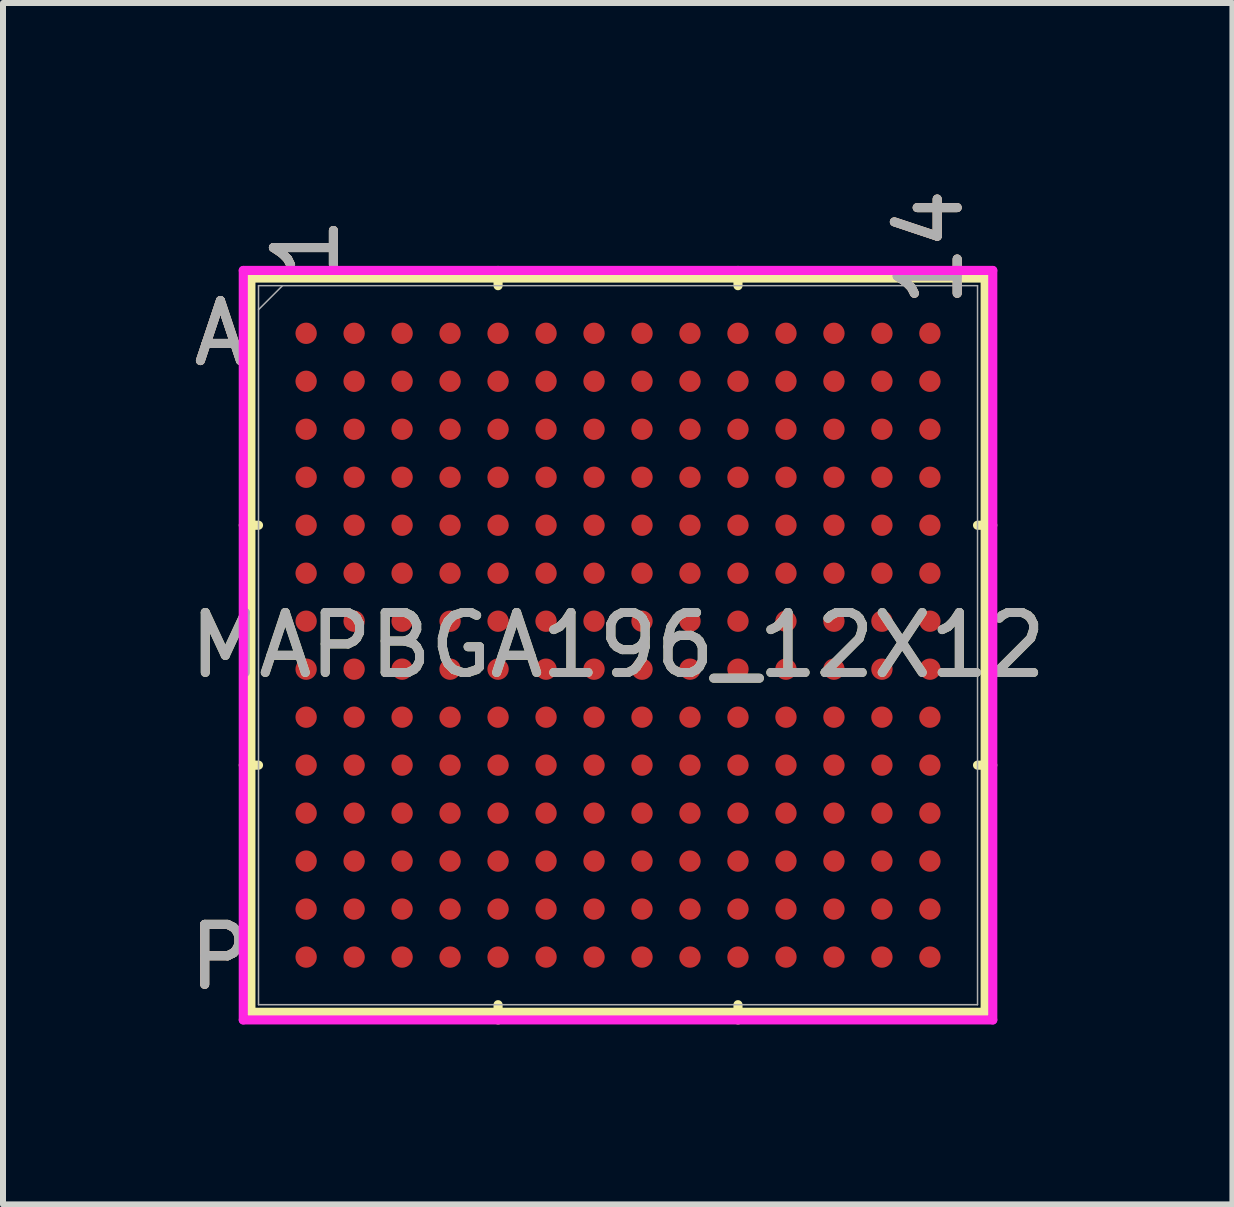
<source format=kicad_pcb>
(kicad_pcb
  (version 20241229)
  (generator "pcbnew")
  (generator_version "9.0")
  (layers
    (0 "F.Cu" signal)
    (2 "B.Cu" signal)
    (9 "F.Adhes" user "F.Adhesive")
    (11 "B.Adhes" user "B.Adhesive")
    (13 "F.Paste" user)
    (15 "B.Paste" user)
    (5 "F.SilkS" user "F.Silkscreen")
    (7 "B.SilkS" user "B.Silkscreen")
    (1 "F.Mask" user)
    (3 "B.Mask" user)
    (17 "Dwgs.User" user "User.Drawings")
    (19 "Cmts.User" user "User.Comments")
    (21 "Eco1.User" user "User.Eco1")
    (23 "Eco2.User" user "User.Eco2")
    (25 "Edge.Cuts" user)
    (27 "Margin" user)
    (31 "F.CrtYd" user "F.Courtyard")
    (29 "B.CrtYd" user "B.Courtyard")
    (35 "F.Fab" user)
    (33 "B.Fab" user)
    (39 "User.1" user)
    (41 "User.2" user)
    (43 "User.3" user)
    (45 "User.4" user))
  (footprint "MAPBGA196_12X12"
    (layer "F.Cu")
    (at 7.254 7.707)
    (property "Reference" "MAPBGA196_12X12" (at 0 0 0) (unlocked yes) (layer "F.SilkS") (effects (font (size 1 1) (thickness 0.15))))
    (attr smd)
    (fp_line (start -6.121 -6.121) (end -6.121 6.121) (stroke (width 0.152) (type solid)) (layer "F.SilkS"))
    (fp_line (start -6.121 6.121) (end 6.121 6.121) (stroke (width 0.152) (type solid)) (layer "F.SilkS"))
    (fp_line (start -5.994 -2) (end -6.248 -2) (stroke (width 0.152) (type solid)) (layer "F.SilkS"))
    (fp_line (start -5.994 2) (end -6.248 2) (stroke (width 0.152) (type solid)) (layer "F.SilkS"))
    (fp_line (start -2 -5.994) (end -2 -6.248) (stroke (width 0.152) (type solid)) (layer "F.SilkS"))
    (fp_line (start -2 5.994) (end -2 6.248) (stroke (width 0.152) (type solid)) (layer "F.SilkS"))
    (fp_line (start 2 -5.994) (end 2 -6.248) (stroke (width 0.152) (type solid)) (layer "F.SilkS"))
    (fp_line (start 2 5.994) (end 2 6.248) (stroke (width 0.152) (type solid)) (layer "F.SilkS"))
    (fp_line (start 5.994 -2) (end 6.248 -2) (stroke (width 0.152) (type solid)) (layer "F.SilkS"))
    (fp_line (start 5.994 2) (end 6.248 2) (stroke (width 0.152) (type solid)) (layer "F.SilkS"))
    (fp_line (start 6.121 -6.121) (end -6.121 -6.121) (stroke (width 0.152) (type solid)) (layer "F.SilkS"))
    (fp_line (start 6.121 6.121) (end 6.121 -6.121) (stroke (width 0.152) (type solid)) (layer "F.SilkS"))
    (fp_poly (pts (xy -6.045 -6.045) (xy 6.045 -6.045) (xy 6.045 6.045) (xy -6.045 6.045)) (stroke (width 0.1) (type solid)) (fill no) (layer "Eco2.User"))
    (fp_line (start -6.248 -6.248) (end 6.248 -6.248) (stroke (width 0.152) (type solid)) (layer "F.CrtYd"))
    (fp_line (start -6.248 6.248) (end -6.248 -6.248) (stroke (width 0.152) (type solid)) (layer "F.CrtYd"))
    (fp_line (start 6.248 -6.248) (end 6.248 6.248) (stroke (width 0.152) (type solid)) (layer "F.CrtYd"))
    (fp_line (start 6.248 6.248) (end -6.248 6.248) (stroke (width 0.152) (type solid)) (layer "F.CrtYd"))
    (fp_line (start -5.994 -5.994) (end -5.994 5.994) (stroke (width 0.025) (type solid)) (layer "F.Fab"))
    (fp_line (start -5.994 5.994) (end 5.994 5.994) (stroke (width 0.025) (type solid)) (layer "F.Fab"))
    (fp_line (start -5.594 -5.994) (end -5.994 -5.594) (stroke (width 0.025) (type solid)) (layer "F.Fab"))
    (fp_line (start 5.994 -5.994) (end -5.994 -5.994) (stroke (width 0.025) (type solid)) (layer "F.Fab"))
    (fp_line (start 5.994 5.994) (end 5.994 -5.994) (stroke (width 0.025) (type solid)) (layer "F.Fab"))
    (fp_text user "A" (at -6.629 -5.2 0) (unlocked yes) (layer "F.SilkS") (effects (font (size 1 1) (thickness 0.15))))
    (fp_text user "1" (at -5.2 -6.629 90) (unlocked yes) (layer "F.SilkS") (effects (font (size 1 1) (thickness 0.15))))
    (fp_text user "P" (at -6.629 5.2 0) (unlocked yes) (layer "F.SilkS") (effects (font (size 1 1) (thickness 0.15))))
    (fp_text user "14" (at 5.2 -6.629 90) (unlocked yes) (layer "F.SilkS") (effects (font (size 1 1) (thickness 0.15))))
    (fp_text user "1" (at -5.2 -6.629 90) (unlocked yes) (layer "B.SilkS") (effects (font (size 1 1) (thickness 0.15))))
    (fp_text user "14" (at 5.2 -6.629 90) (unlocked yes) (layer "B.SilkS") (effects (font (size 1 1) (thickness 0.15))))
    (fp_text user "A" (at -6.629 -5.2 0) (unlocked yes) (layer "B.SilkS") (effects (font (size 1 1) (thickness 0.15))))
    (fp_text user "P" (at -6.629 5.2 0) (unlocked yes) (layer "B.SilkS") (effects (font (size 1 1) (thickness 0.15))))
    (fp_text user "A" (at -6.629 -5.2 0) (unlocked yes) (layer "F.Fab") (effects (font (size 1 1) (thickness 0.15))))
    (fp_text user "1" (at -5.2 -6.629 90) (unlocked yes) (layer "F.Fab") (effects (font (size 1 1) (thickness 0.15))))
    (fp_text user "${REFERENCE}" (at 0 0 0) (unlocked yes) (layer "F.Fab") (effects (font (size 1 1) (thickness 0.15))))
    (fp_text user "P" (at -6.629 5.2 0) (unlocked yes) (layer "F.Fab") (effects (font (size 1 1) (thickness 0.15))))
    (fp_text user "14" (at 5.2 -6.629 90) (unlocked yes) (layer "F.Fab") (effects (font (size 1 1) (thickness 0.15))))
    (pad "A1" smd circle (at -5.2 -5.2) (size 0.356 0.356) (layers "F.Cu" "F.Mask" "F.Paste"))
    (pad "A2" smd circle (at -4.4 -5.2) (size 0.356 0.356) (layers "F.Cu" "F.Mask" "F.Paste"))
    (pad "A3" smd circle (at -3.6 -5.2) (size 0.356 0.356) (layers "F.Cu" "F.Mask" "F.Paste"))
    (pad "A4" smd circle (at -2.8 -5.2) (size 0.356 0.356) (layers "F.Cu" "F.Mask" "F.Paste"))
    (pad "A5" smd circle (at -2 -5.2) (size 0.356 0.356) (layers "F.Cu" "F.Mask" "F.Paste"))
    (pad "A6" smd circle (at -1.2 -5.2) (size 0.356 0.356) (layers "F.Cu" "F.Mask" "F.Paste"))
    (pad "A7" smd circle (at -0.4 -5.2) (size 0.356 0.356) (layers "F.Cu" "F.Mask" "F.Paste"))
    (pad "A8" smd circle (at 0.4 -5.2) (size 0.356 0.356) (layers "F.Cu" "F.Mask" "F.Paste"))
    (pad "A9" smd circle (at 1.2 -5.2) (size 0.356 0.356) (layers "F.Cu" "F.Mask" "F.Paste"))
    (pad "A10" smd circle (at 2 -5.2) (size 0.356 0.356) (layers "F.Cu" "F.Mask" "F.Paste"))
    (pad "A11" smd circle (at 2.8 -5.2) (size 0.356 0.356) (layers "F.Cu" "F.Mask" "F.Paste"))
    (pad "A12" smd circle (at 3.6 -5.2) (size 0.356 0.356) (layers "F.Cu" "F.Mask" "F.Paste"))
    (pad "A13" smd circle (at 4.4 -5.2) (size 0.356 0.356) (layers "F.Cu" "F.Mask" "F.Paste"))
    (pad "A14" smd circle (at 5.2 -5.2) (size 0.356 0.356) (layers "F.Cu" "F.Mask" "F.Paste"))
    (pad "B1" smd circle (at -5.2 -4.4) (size 0.356 0.356) (layers "F.Cu" "F.Mask" "F.Paste"))
    (pad "B2" smd circle (at -4.4 -4.4) (size 0.356 0.356) (layers "F.Cu" "F.Mask" "F.Paste"))
    (pad "B3" smd circle (at -3.6 -4.4) (size 0.356 0.356) (layers "F.Cu" "F.Mask" "F.Paste"))
    (pad "B4" smd circle (at -2.8 -4.4) (size 0.356 0.356) (layers "F.Cu" "F.Mask" "F.Paste"))
    (pad "B5" smd circle (at -2 -4.4) (size 0.356 0.356) (layers "F.Cu" "F.Mask" "F.Paste"))
    (pad "B6" smd circle (at -1.2 -4.4) (size 0.356 0.356) (layers "F.Cu" "F.Mask" "F.Paste"))
    (pad "B7" smd circle (at -0.4 -4.4) (size 0.356 0.356) (layers "F.Cu" "F.Mask" "F.Paste"))
    (pad "B8" smd circle (at 0.4 -4.4) (size 0.356 0.356) (layers "F.Cu" "F.Mask" "F.Paste"))
    (pad "B9" smd circle (at 1.2 -4.4) (size 0.356 0.356) (layers "F.Cu" "F.Mask" "F.Paste"))
    (pad "B10" smd circle (at 2 -4.4) (size 0.356 0.356) (layers "F.Cu" "F.Mask" "F.Paste"))
    (pad "B11" smd circle (at 2.8 -4.4) (size 0.356 0.356) (layers "F.Cu" "F.Mask" "F.Paste"))
    (pad "B12" smd circle (at 3.6 -4.4) (size 0.356 0.356) (layers "F.Cu" "F.Mask" "F.Paste"))
    (pad "B13" smd circle (at 4.4 -4.4) (size 0.356 0.356) (layers "F.Cu" "F.Mask" "F.Paste"))
    (pad "B14" smd circle (at 5.2 -4.4) (size 0.356 0.356) (layers "F.Cu" "F.Mask" "F.Paste"))
    (pad "C1" smd circle (at -5.2 -3.6) (size 0.356 0.356) (layers "F.Cu" "F.Mask" "F.Paste"))
    (pad "C2" smd circle (at -4.4 -3.6) (size 0.356 0.356) (layers "F.Cu" "F.Mask" "F.Paste"))
    (pad "C3" smd circle (at -3.6 -3.6) (size 0.356 0.356) (layers "F.Cu" "F.Mask" "F.Paste"))
    (pad "C4" smd circle (at -2.8 -3.6) (size 0.356 0.356) (layers "F.Cu" "F.Mask" "F.Paste"))
    (pad "C5" smd circle (at -2 -3.6) (size 0.356 0.356) (layers "F.Cu" "F.Mask" "F.Paste"))
    (pad "C6" smd circle (at -1.2 -3.6) (size 0.356 0.356) (layers "F.Cu" "F.Mask" "F.Paste"))
    (pad "C7" smd circle (at -0.4 -3.6) (size 0.356 0.356) (layers "F.Cu" "F.Mask" "F.Paste"))
    (pad "C8" smd circle (at 0.4 -3.6) (size 0.356 0.356) (layers "F.Cu" "F.Mask" "F.Paste"))
    (pad "C9" smd circle (at 1.2 -3.6) (size 0.356 0.356) (layers "F.Cu" "F.Mask" "F.Paste"))
    (pad "C10" smd circle (at 2 -3.6) (size 0.356 0.356) (layers "F.Cu" "F.Mask" "F.Paste"))
    (pad "C11" smd circle (at 2.8 -3.6) (size 0.356 0.356) (layers "F.Cu" "F.Mask" "F.Paste"))
    (pad "C12" smd circle (at 3.6 -3.6) (size 0.356 0.356) (layers "F.Cu" "F.Mask" "F.Paste"))
    (pad "C13" smd circle (at 4.4 -3.6) (size 0.356 0.356) (layers "F.Cu" "F.Mask" "F.Paste"))
    (pad "C14" smd circle (at 5.2 -3.6) (size 0.356 0.356) (layers "F.Cu" "F.Mask" "F.Paste"))
    (pad "D1" smd circle (at -5.2 -2.8) (size 0.356 0.356) (layers "F.Cu" "F.Mask" "F.Paste"))
    (pad "D2" smd circle (at -4.4 -2.8) (size 0.356 0.356) (layers "F.Cu" "F.Mask" "F.Paste"))
    (pad "D3" smd circle (at -3.6 -2.8) (size 0.356 0.356) (layers "F.Cu" "F.Mask" "F.Paste"))
    (pad "D4" smd circle (at -2.8 -2.8) (size 0.356 0.356) (layers "F.Cu" "F.Mask" "F.Paste"))
    (pad "D5" smd circle (at -2 -2.8) (size 0.356 0.356) (layers "F.Cu" "F.Mask" "F.Paste"))
    (pad "D6" smd circle (at -1.2 -2.8) (size 0.356 0.356) (layers "F.Cu" "F.Mask" "F.Paste"))
    (pad "D7" smd circle (at -0.4 -2.8) (size 0.356 0.356) (layers "F.Cu" "F.Mask" "F.Paste"))
    (pad "D8" smd circle (at 0.4 -2.8) (size 0.356 0.356) (layers "F.Cu" "F.Mask" "F.Paste"))
    (pad "D9" smd circle (at 1.2 -2.8) (size 0.356 0.356) (layers "F.Cu" "F.Mask" "F.Paste"))
    (pad "D10" smd circle (at 2 -2.8) (size 0.356 0.356) (layers "F.Cu" "F.Mask" "F.Paste"))
    (pad "D11" smd circle (at 2.8 -2.8) (size 0.356 0.356) (layers "F.Cu" "F.Mask" "F.Paste"))
    (pad "D12" smd circle (at 3.6 -2.8) (size 0.356 0.356) (layers "F.Cu" "F.Mask" "F.Paste"))
    (pad "D13" smd circle (at 4.4 -2.8) (size 0.356 0.356) (layers "F.Cu" "F.Mask" "F.Paste"))
    (pad "D14" smd circle (at 5.2 -2.8) (size 0.356 0.356) (layers "F.Cu" "F.Mask" "F.Paste"))
    (pad "E1" smd circle (at -5.2 -2) (size 0.356 0.356) (layers "F.Cu" "F.Mask" "F.Paste"))
    (pad "E2" smd circle (at -4.4 -2) (size 0.356 0.356) (layers "F.Cu" "F.Mask" "F.Paste"))
    (pad "E3" smd circle (at -3.6 -2) (size 0.356 0.356) (layers "F.Cu" "F.Mask" "F.Paste"))
    (pad "E4" smd circle (at -2.8 -2) (size 0.356 0.356) (layers "F.Cu" "F.Mask" "F.Paste"))
    (pad "E5" smd circle (at -2 -2) (size 0.356 0.356) (layers "F.Cu" "F.Mask" "F.Paste"))
    (pad "E6" smd circle (at -1.2 -2) (size 0.356 0.356) (layers "F.Cu" "F.Mask" "F.Paste"))
    (pad "E7" smd circle (at -0.4 -2) (size 0.356 0.356) (layers "F.Cu" "F.Mask" "F.Paste"))
    (pad "E8" smd circle (at 0.4 -2) (size 0.356 0.356) (layers "F.Cu" "F.Mask" "F.Paste"))
    (pad "E9" smd circle (at 1.2 -2) (size 0.356 0.356) (layers "F.Cu" "F.Mask" "F.Paste"))
    (pad "E10" smd circle (at 2 -2) (size 0.356 0.356) (layers "F.Cu" "F.Mask" "F.Paste"))
    (pad "E11" smd circle (at 2.8 -2) (size 0.356 0.356) (layers "F.Cu" "F.Mask" "F.Paste"))
    (pad "E12" smd circle (at 3.6 -2) (size 0.356 0.356) (layers "F.Cu" "F.Mask" "F.Paste"))
    (pad "E13" smd circle (at 4.4 -2) (size 0.356 0.356) (layers "F.Cu" "F.Mask" "F.Paste"))
    (pad "E14" smd circle (at 5.2 -2) (size 0.356 0.356) (layers "F.Cu" "F.Mask" "F.Paste"))
    (pad "F1" smd circle (at -5.2 -1.2) (size 0.356 0.356) (layers "F.Cu" "F.Mask" "F.Paste"))
    (pad "F2" smd circle (at -4.4 -1.2) (size 0.356 0.356) (layers "F.Cu" "F.Mask" "F.Paste"))
    (pad "F3" smd circle (at -3.6 -1.2) (size 0.356 0.356) (layers "F.Cu" "F.Mask" "F.Paste"))
    (pad "F4" smd circle (at -2.8 -1.2) (size 0.356 0.356) (layers "F.Cu" "F.Mask" "F.Paste"))
    (pad "F5" smd circle (at -2 -1.2) (size 0.356 0.356) (layers "F.Cu" "F.Mask" "F.Paste"))
    (pad "F6" smd circle (at -1.2 -1.2) (size 0.356 0.356) (layers "F.Cu" "F.Mask" "F.Paste"))
    (pad "F7" smd circle (at -0.4 -1.2) (size 0.356 0.356) (layers "F.Cu" "F.Mask" "F.Paste"))
    (pad "F8" smd circle (at 0.4 -1.2) (size 0.356 0.356) (layers "F.Cu" "F.Mask" "F.Paste"))
    (pad "F9" smd circle (at 1.2 -1.2) (size 0.356 0.356) (layers "F.Cu" "F.Mask" "F.Paste"))
    (pad "F10" smd circle (at 2 -1.2) (size 0.356 0.356) (layers "F.Cu" "F.Mask" "F.Paste"))
    (pad "F11" smd circle (at 2.8 -1.2) (size 0.356 0.356) (layers "F.Cu" "F.Mask" "F.Paste"))
    (pad "F12" smd circle (at 3.6 -1.2) (size 0.356 0.356) (layers "F.Cu" "F.Mask" "F.Paste"))
    (pad "F13" smd circle (at 4.4 -1.2) (size 0.356 0.356) (layers "F.Cu" "F.Mask" "F.Paste"))
    (pad "F14" smd circle (at 5.2 -1.2) (size 0.356 0.356) (layers "F.Cu" "F.Mask" "F.Paste"))
    (pad "G1" smd circle (at -5.2 -0.4) (size 0.356 0.356) (layers "F.Cu" "F.Mask" "F.Paste"))
    (pad "G2" smd circle (at -4.4 -0.4) (size 0.356 0.356) (layers "F.Cu" "F.Mask" "F.Paste"))
    (pad "G3" smd circle (at -3.6 -0.4) (size 0.356 0.356) (layers "F.Cu" "F.Mask" "F.Paste"))
    (pad "G4" smd circle (at -2.8 -0.4) (size 0.356 0.356) (layers "F.Cu" "F.Mask" "F.Paste"))
    (pad "G5" smd circle (at -2 -0.4) (size 0.356 0.356) (layers "F.Cu" "F.Mask" "F.Paste"))
    (pad "G6" smd circle (at -1.2 -0.4) (size 0.356 0.356) (layers "F.Cu" "F.Mask" "F.Paste"))
    (pad "G7" smd circle (at -0.4 -0.4) (size 0.356 0.356) (layers "F.Cu" "F.Mask" "F.Paste"))
    (pad "G8" smd circle (at 0.4 -0.4) (size 0.356 0.356) (layers "F.Cu" "F.Mask" "F.Paste"))
    (pad "G9" smd circle (at 1.2 -0.4) (size 0.356 0.356) (layers "F.Cu" "F.Mask" "F.Paste"))
    (pad "G10" smd circle (at 2 -0.4) (size 0.356 0.356) (layers "F.Cu" "F.Mask" "F.Paste"))
    (pad "G11" smd circle (at 2.8 -0.4) (size 0.356 0.356) (layers "F.Cu" "F.Mask" "F.Paste"))
    (pad "G12" smd circle (at 3.6 -0.4) (size 0.356 0.356) (layers "F.Cu" "F.Mask" "F.Paste"))
    (pad "G13" smd circle (at 4.4 -0.4) (size 0.356 0.356) (layers "F.Cu" "F.Mask" "F.Paste"))
    (pad "G14" smd circle (at 5.2 -0.4) (size 0.356 0.356) (layers "F.Cu" "F.Mask" "F.Paste"))
    (pad "H1" smd circle (at -5.2 0.4) (size 0.356 0.356) (layers "F.Cu" "F.Mask" "F.Paste"))
    (pad "H2" smd circle (at -4.4 0.4) (size 0.356 0.356) (layers "F.Cu" "F.Mask" "F.Paste"))
    (pad "H3" smd circle (at -3.6 0.4) (size 0.356 0.356) (layers "F.Cu" "F.Mask" "F.Paste"))
    (pad "H4" smd circle (at -2.8 0.4) (size 0.356 0.356) (layers "F.Cu" "F.Mask" "F.Paste"))
    (pad "H5" smd circle (at -2 0.4) (size 0.356 0.356) (layers "F.Cu" "F.Mask" "F.Paste"))
    (pad "H6" smd circle (at -1.2 0.4) (size 0.356 0.356) (layers "F.Cu" "F.Mask" "F.Paste"))
    (pad "H7" smd circle (at -0.4 0.4) (size 0.356 0.356) (layers "F.Cu" "F.Mask" "F.Paste"))
    (pad "H8" smd circle (at 0.4 0.4) (size 0.356 0.356) (layers "F.Cu" "F.Mask" "F.Paste"))
    (pad "H9" smd circle (at 1.2 0.4) (size 0.356 0.356) (layers "F.Cu" "F.Mask" "F.Paste"))
    (pad "H10" smd circle (at 2 0.4) (size 0.356 0.356) (layers "F.Cu" "F.Mask" "F.Paste"))
    (pad "H11" smd circle (at 2.8 0.4) (size 0.356 0.356) (layers "F.Cu" "F.Mask" "F.Paste"))
    (pad "H12" smd circle (at 3.6 0.4) (size 0.356 0.356) (layers "F.Cu" "F.Mask" "F.Paste"))
    (pad "H13" smd circle (at 4.4 0.4) (size 0.356 0.356) (layers "F.Cu" "F.Mask" "F.Paste"))
    (pad "H14" smd circle (at 5.2 0.4) (size 0.356 0.356) (layers "F.Cu" "F.Mask" "F.Paste"))
    (pad "J1" smd circle (at -5.2 1.2) (size 0.356 0.356) (layers "F.Cu" "F.Mask" "F.Paste"))
    (pad "J2" smd circle (at -4.4 1.2) (size 0.356 0.356) (layers "F.Cu" "F.Mask" "F.Paste"))
    (pad "J3" smd circle (at -3.6 1.2) (size 0.356 0.356) (layers "F.Cu" "F.Mask" "F.Paste"))
    (pad "J4" smd circle (at -2.8 1.2) (size 0.356 0.356) (layers "F.Cu" "F.Mask" "F.Paste"))
    (pad "J5" smd circle (at -2 1.2) (size 0.356 0.356) (layers "F.Cu" "F.Mask" "F.Paste"))
    (pad "J6" smd circle (at -1.2 1.2) (size 0.356 0.356) (layers "F.Cu" "F.Mask" "F.Paste"))
    (pad "J7" smd circle (at -0.4 1.2) (size 0.356 0.356) (layers "F.Cu" "F.Mask" "F.Paste"))
    (pad "J8" smd circle (at 0.4 1.2) (size 0.356 0.356) (layers "F.Cu" "F.Mask" "F.Paste"))
    (pad "J9" smd circle (at 1.2 1.2) (size 0.356 0.356) (layers "F.Cu" "F.Mask" "F.Paste"))
    (pad "J10" smd circle (at 2 1.2) (size 0.356 0.356) (layers "F.Cu" "F.Mask" "F.Paste"))
    (pad "J11" smd circle (at 2.8 1.2) (size 0.356 0.356) (layers "F.Cu" "F.Mask" "F.Paste"))
    (pad "J12" smd circle (at 3.6 1.2) (size 0.356 0.356) (layers "F.Cu" "F.Mask" "F.Paste"))
    (pad "J13" smd circle (at 4.4 1.2) (size 0.356 0.356) (layers "F.Cu" "F.Mask" "F.Paste"))
    (pad "J14" smd circle (at 5.2 1.2) (size 0.356 0.356) (layers "F.Cu" "F.Mask" "F.Paste"))
    (pad "K1" smd circle (at -5.2 2) (size 0.356 0.356) (layers "F.Cu" "F.Mask" "F.Paste"))
    (pad "K2" smd circle (at -4.4 2) (size 0.356 0.356) (layers "F.Cu" "F.Mask" "F.Paste"))
    (pad "K3" smd circle (at -3.6 2) (size 0.356 0.356) (layers "F.Cu" "F.Mask" "F.Paste"))
    (pad "K4" smd circle (at -2.8 2) (size 0.356 0.356) (layers "F.Cu" "F.Mask" "F.Paste"))
    (pad "K5" smd circle (at -2 2) (size 0.356 0.356) (layers "F.Cu" "F.Mask" "F.Paste"))
    (pad "K6" smd circle (at -1.2 2) (size 0.356 0.356) (layers "F.Cu" "F.Mask" "F.Paste"))
    (pad "K7" smd circle (at -0.4 2) (size 0.356 0.356) (layers "F.Cu" "F.Mask" "F.Paste"))
    (pad "K8" smd circle (at 0.4 2) (size 0.356 0.356) (layers "F.Cu" "F.Mask" "F.Paste"))
    (pad "K9" smd circle (at 1.2 2) (size 0.356 0.356) (layers "F.Cu" "F.Mask" "F.Paste"))
    (pad "K10" smd circle (at 2 2) (size 0.356 0.356) (layers "F.Cu" "F.Mask" "F.Paste"))
    (pad "K11" smd circle (at 2.8 2) (size 0.356 0.356) (layers "F.Cu" "F.Mask" "F.Paste"))
    (pad "K12" smd circle (at 3.6 2) (size 0.356 0.356) (layers "F.Cu" "F.Mask" "F.Paste"))
    (pad "K13" smd circle (at 4.4 2) (size 0.356 0.356) (layers "F.Cu" "F.Mask" "F.Paste"))
    (pad "K14" smd circle (at 5.2 2) (size 0.356 0.356) (layers "F.Cu" "F.Mask" "F.Paste"))
    (pad "L1" smd circle (at -5.2 2.8) (size 0.356 0.356) (layers "F.Cu" "F.Mask" "F.Paste"))
    (pad "L2" smd circle (at -4.4 2.8) (size 0.356 0.356) (layers "F.Cu" "F.Mask" "F.Paste"))
    (pad "L3" smd circle (at -3.6 2.8) (size 0.356 0.356) (layers "F.Cu" "F.Mask" "F.Paste"))
    (pad "L4" smd circle (at -2.8 2.8) (size 0.356 0.356) (layers "F.Cu" "F.Mask" "F.Paste"))
    (pad "L5" smd circle (at -2 2.8) (size 0.356 0.356) (layers "F.Cu" "F.Mask" "F.Paste"))
    (pad "L6" smd circle (at -1.2 2.8) (size 0.356 0.356) (layers "F.Cu" "F.Mask" "F.Paste"))
    (pad "L7" smd circle (at -0.4 2.8) (size 0.356 0.356) (layers "F.Cu" "F.Mask" "F.Paste"))
    (pad "L8" smd circle (at 0.4 2.8) (size 0.356 0.356) (layers "F.Cu" "F.Mask" "F.Paste"))
    (pad "L9" smd circle (at 1.2 2.8) (size 0.356 0.356) (layers "F.Cu" "F.Mask" "F.Paste"))
    (pad "L10" smd circle (at 2 2.8) (size 0.356 0.356) (layers "F.Cu" "F.Mask" "F.Paste"))
    (pad "L11" smd circle (at 2.8 2.8) (size 0.356 0.356) (layers "F.Cu" "F.Mask" "F.Paste"))
    (pad "L12" smd circle (at 3.6 2.8) (size 0.356 0.356) (layers "F.Cu" "F.Mask" "F.Paste"))
    (pad "L13" smd circle (at 4.4 2.8) (size 0.356 0.356) (layers "F.Cu" "F.Mask" "F.Paste"))
    (pad "L14" smd circle (at 5.2 2.8) (size 0.356 0.356) (layers "F.Cu" "F.Mask" "F.Paste"))
    (pad "M1" smd circle (at -5.2 3.6) (size 0.356 0.356) (layers "F.Cu" "F.Mask" "F.Paste"))
    (pad "M2" smd circle (at -4.4 3.6) (size 0.356 0.356) (layers "F.Cu" "F.Mask" "F.Paste"))
    (pad "M3" smd circle (at -3.6 3.6) (size 0.356 0.356) (layers "F.Cu" "F.Mask" "F.Paste"))
    (pad "M4" smd circle (at -2.8 3.6) (size 0.356 0.356) (layers "F.Cu" "F.Mask" "F.Paste"))
    (pad "M5" smd circle (at -2 3.6) (size 0.356 0.356) (layers "F.Cu" "F.Mask" "F.Paste"))
    (pad "M6" smd circle (at -1.2 3.6) (size 0.356 0.356) (layers "F.Cu" "F.Mask" "F.Paste"))
    (pad "M7" smd circle (at -0.4 3.6) (size 0.356 0.356) (layers "F.Cu" "F.Mask" "F.Paste"))
    (pad "M8" smd circle (at 0.4 3.6) (size 0.356 0.356) (layers "F.Cu" "F.Mask" "F.Paste"))
    (pad "M9" smd circle (at 1.2 3.6) (size 0.356 0.356) (layers "F.Cu" "F.Mask" "F.Paste"))
    (pad "M10" smd circle (at 2 3.6) (size 0.356 0.356) (layers "F.Cu" "F.Mask" "F.Paste"))
    (pad "M11" smd circle (at 2.8 3.6) (size 0.356 0.356) (layers "F.Cu" "F.Mask" "F.Paste"))
    (pad "M12" smd circle (at 3.6 3.6) (size 0.356 0.356) (layers "F.Cu" "F.Mask" "F.Paste"))
    (pad "M13" smd circle (at 4.4 3.6) (size 0.356 0.356) (layers "F.Cu" "F.Mask" "F.Paste"))
    (pad "M14" smd circle (at 5.2 3.6) (size 0.356 0.356) (layers "F.Cu" "F.Mask" "F.Paste"))
    (pad "N1" smd circle (at -5.2 4.4) (size 0.356 0.356) (layers "F.Cu" "F.Mask" "F.Paste"))
    (pad "N2" smd circle (at -4.4 4.4) (size 0.356 0.356) (layers "F.Cu" "F.Mask" "F.Paste"))
    (pad "N3" smd circle (at -3.6 4.4) (size 0.356 0.356) (layers "F.Cu" "F.Mask" "F.Paste"))
    (pad "N4" smd circle (at -2.8 4.4) (size 0.356 0.356) (layers "F.Cu" "F.Mask" "F.Paste"))
    (pad "N5" smd circle (at -2 4.4) (size 0.356 0.356) (layers "F.Cu" "F.Mask" "F.Paste"))
    (pad "N6" smd circle (at -1.2 4.4) (size 0.356 0.356) (layers "F.Cu" "F.Mask" "F.Paste"))
    (pad "N7" smd circle (at -0.4 4.4) (size 0.356 0.356) (layers "F.Cu" "F.Mask" "F.Paste"))
    (pad "N8" smd circle (at 0.4 4.4) (size 0.356 0.356) (layers "F.Cu" "F.Mask" "F.Paste"))
    (pad "N9" smd circle (at 1.2 4.4) (size 0.356 0.356) (layers "F.Cu" "F.Mask" "F.Paste"))
    (pad "N10" smd circle (at 2 4.4) (size 0.356 0.356) (layers "F.Cu" "F.Mask" "F.Paste"))
    (pad "N11" smd circle (at 2.8 4.4) (size 0.356 0.356) (layers "F.Cu" "F.Mask" "F.Paste"))
    (pad "N12" smd circle (at 3.6 4.4) (size 0.356 0.356) (layers "F.Cu" "F.Mask" "F.Paste"))
    (pad "N13" smd circle (at 4.4 4.4) (size 0.356 0.356) (layers "F.Cu" "F.Mask" "F.Paste"))
    (pad "N14" smd circle (at 5.2 4.4) (size 0.356 0.356) (layers "F.Cu" "F.Mask" "F.Paste"))
    (pad "P1" smd circle (at -5.2 5.2) (size 0.356 0.356) (layers "F.Cu" "F.Mask" "F.Paste"))
    (pad "P2" smd circle (at -4.4 5.2) (size 0.356 0.356) (layers "F.Cu" "F.Mask" "F.Paste"))
    (pad "P3" smd circle (at -3.6 5.2) (size 0.356 0.356) (layers "F.Cu" "F.Mask" "F.Paste"))
    (pad "P4" smd circle (at -2.8 5.2) (size 0.356 0.356) (layers "F.Cu" "F.Mask" "F.Paste"))
    (pad "P5" smd circle (at -2 5.2) (size 0.356 0.356) (layers "F.Cu" "F.Mask" "F.Paste"))
    (pad "P6" smd circle (at -1.2 5.2) (size 0.356 0.356) (layers "F.Cu" "F.Mask" "F.Paste"))
    (pad "P7" smd circle (at -0.4 5.2) (size 0.356 0.356) (layers "F.Cu" "F.Mask" "F.Paste"))
    (pad "P8" smd circle (at 0.4 5.2) (size 0.356 0.356) (layers "F.Cu" "F.Mask" "F.Paste"))
    (pad "P9" smd circle (at 1.2 5.2) (size 0.356 0.356) (layers "F.Cu" "F.Mask" "F.Paste"))
    (pad "P10" smd circle (at 2 5.2) (size 0.356 0.356) (layers "F.Cu" "F.Mask" "F.Paste"))
    (pad "P11" smd circle (at 2.8 5.2) (size 0.356 0.356) (layers "F.Cu" "F.Mask" "F.Paste"))
    (pad "P12" smd circle (at 3.6 5.2) (size 0.356 0.356) (layers "F.Cu" "F.Mask" "F.Paste"))
    (pad "P13" smd circle (at 4.4 5.2) (size 0.356 0.356) (layers "F.Cu" "F.Mask" "F.Paste"))
    (pad "P14" smd circle (at 5.2 5.2) (size 0.356 0.356) (layers "F.Cu" "F.Mask" "F.Paste")))
  (gr_rect
    (start -3 -3)
    (end 17.498 17.031)
    (stroke (width 0.1) (type default))
    (fill no)
    (layer "Edge.Cuts")))
</source>
